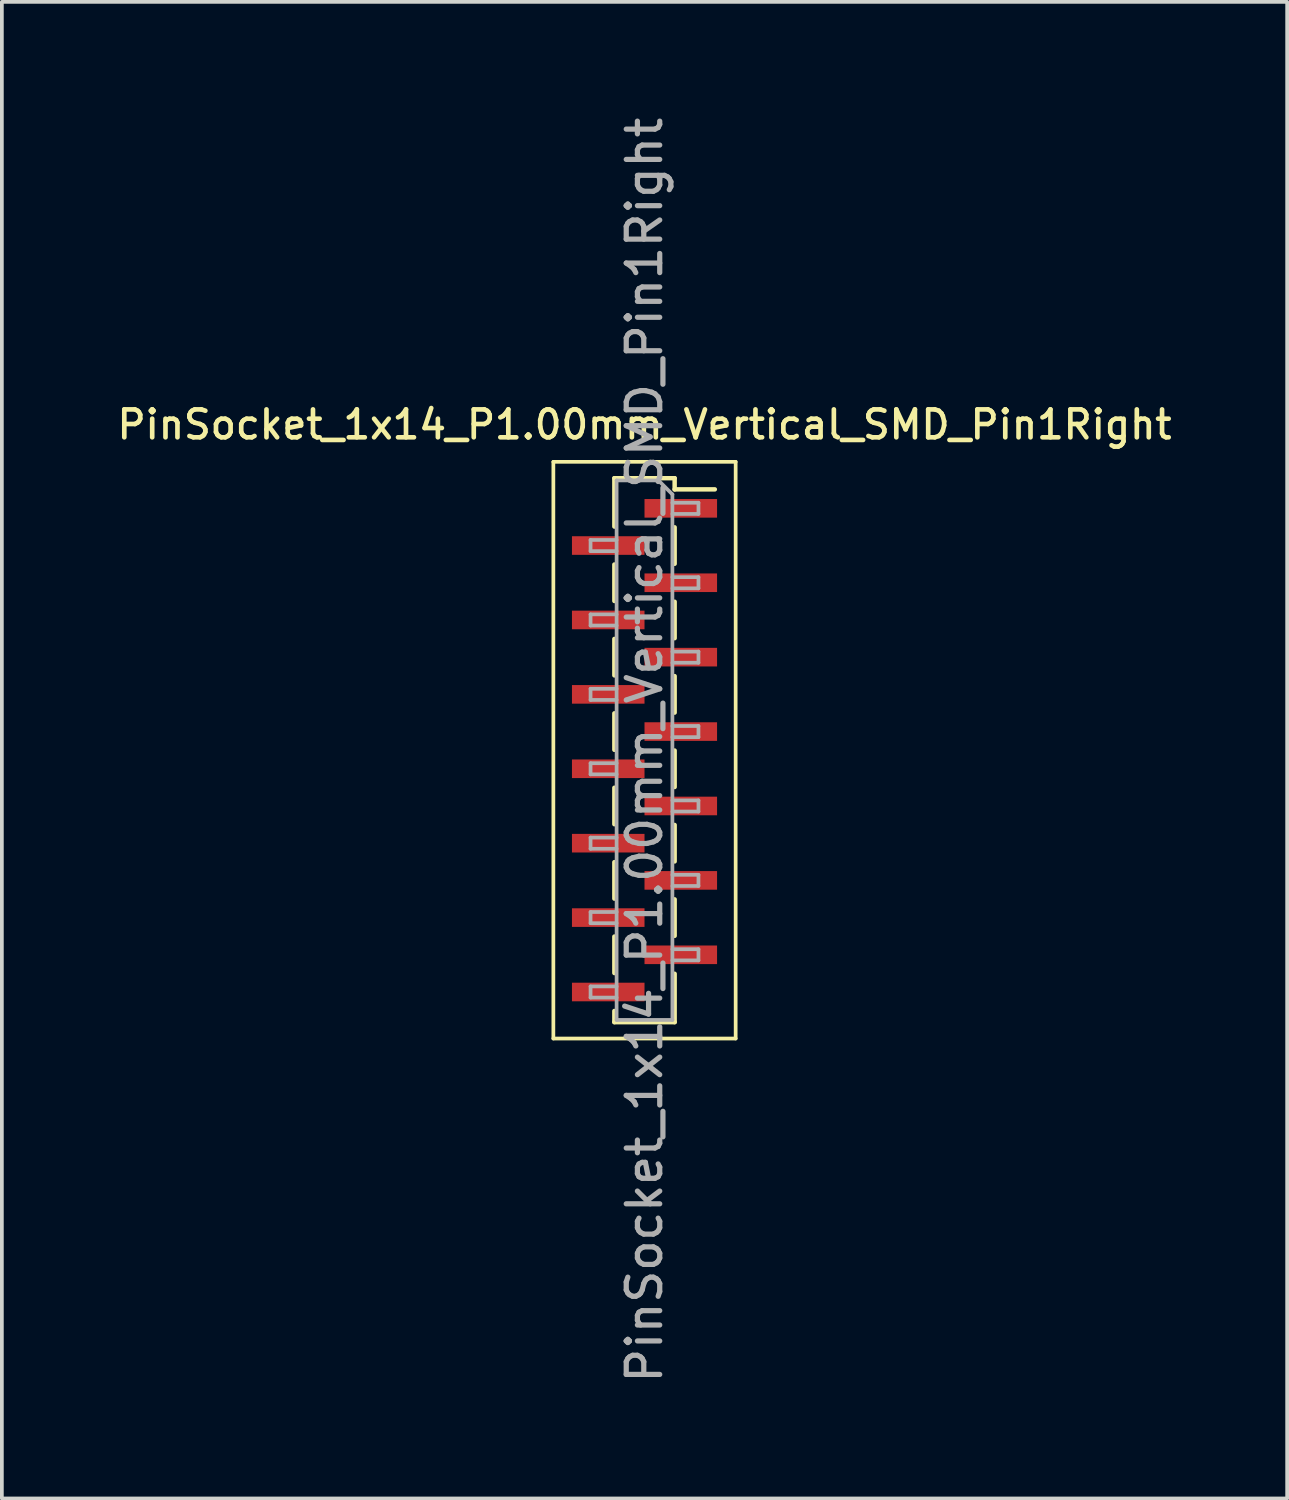
<source format=kicad_pcb>
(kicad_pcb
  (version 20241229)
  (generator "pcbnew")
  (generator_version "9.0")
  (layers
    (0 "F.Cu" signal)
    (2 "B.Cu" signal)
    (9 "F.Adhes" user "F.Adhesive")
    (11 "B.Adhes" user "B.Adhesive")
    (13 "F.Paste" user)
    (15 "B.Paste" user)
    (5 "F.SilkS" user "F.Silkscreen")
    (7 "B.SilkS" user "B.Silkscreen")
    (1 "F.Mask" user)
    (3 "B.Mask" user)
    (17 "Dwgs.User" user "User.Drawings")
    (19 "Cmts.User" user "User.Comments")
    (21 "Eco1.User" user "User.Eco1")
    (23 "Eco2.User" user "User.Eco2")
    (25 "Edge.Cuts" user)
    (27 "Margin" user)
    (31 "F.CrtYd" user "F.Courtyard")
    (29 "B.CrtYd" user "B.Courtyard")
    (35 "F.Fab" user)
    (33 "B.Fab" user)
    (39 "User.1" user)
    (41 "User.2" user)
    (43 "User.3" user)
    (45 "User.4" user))
  (footprint "PinSocket_1x14_P1.00mm_Vertical_SMD_Pin1Right"
    (layer "F.Cu")
    (at 14.273 17.113)
    (property "Reference" "PinSocket_1x14_P1.00mm_Vertical_SMD_Pin1Right" (at 0 -8.75 0) (layer "F.SilkS") (effects (font (size 0.75 0.75) (thickness 0.125))))
    (attr smd)
    (fp_line (start -2.45 -7.75) (end 2.45 -7.75) (stroke (width 0.1) (type solid)) (layer "F.SilkS"))
    (fp_line (start -2.45 7.75) (end -2.45 -7.75) (stroke (width 0.1) (type solid)) (layer "F.SilkS"))
    (fp_line (start -0.81 -7.31) (end -0.81 -6.01) (stroke (width 0.12) (type solid)) (layer "F.SilkS"))
    (fp_line (start -0.81 -7.31) (end 0.81 -7.31) (stroke (width 0.12) (type solid)) (layer "F.SilkS"))
    (fp_line (start -0.81 -4.99) (end -0.81 -4.01) (stroke (width 0.12) (type solid)) (layer "F.SilkS"))
    (fp_line (start -0.81 -2.99) (end -0.81 -2.01) (stroke (width 0.12) (type solid)) (layer "F.SilkS"))
    (fp_line (start -0.81 -0.99) (end -0.81 -0.01) (stroke (width 0.12) (type solid)) (layer "F.SilkS"))
    (fp_line (start -0.81 1.01) (end -0.81 1.99) (stroke (width 0.12) (type solid)) (layer "F.SilkS"))
    (fp_line (start -0.81 3.01) (end -0.81 3.99) (stroke (width 0.12) (type solid)) (layer "F.SilkS"))
    (fp_line (start -0.81 5.01) (end -0.81 5.99) (stroke (width 0.12) (type solid)) (layer "F.SilkS"))
    (fp_line (start -0.81 7.01) (end -0.81 7.31) (stroke (width 0.12) (type solid)) (layer "F.SilkS"))
    (fp_line (start -0.81 7.31) (end 0.81 7.31) (stroke (width 0.12) (type solid)) (layer "F.SilkS"))
    (fp_line (start 0.81 -7.31) (end 0.81 -7.01) (stroke (width 0.12) (type solid)) (layer "F.SilkS"))
    (fp_line (start 0.81 -7.01) (end 1.89 -7.01) (stroke (width 0.12) (type solid)) (layer "F.SilkS"))
    (fp_line (start 0.81 -5.99) (end 0.81 -5.01) (stroke (width 0.12) (type solid)) (layer "F.SilkS"))
    (fp_line (start 0.81 -3.99) (end 0.81 -3.01) (stroke (width 0.12) (type solid)) (layer "F.SilkS"))
    (fp_line (start 0.81 -1.99) (end 0.81 -1.01) (stroke (width 0.12) (type solid)) (layer "F.SilkS"))
    (fp_line (start 0.81 0.01) (end 0.81 0.99) (stroke (width 0.12) (type solid)) (layer "F.SilkS"))
    (fp_line (start 0.81 2.01) (end 0.81 2.99) (stroke (width 0.12) (type solid)) (layer "F.SilkS"))
    (fp_line (start 0.81 4.01) (end 0.81 4.99) (stroke (width 0.12) (type solid)) (layer "F.SilkS"))
    (fp_line (start 0.81 6.01) (end 0.81 7.31) (stroke (width 0.12) (type solid)) (layer "F.SilkS"))
    (fp_line (start 2.45 -7.75) (end 2.45 7.75) (stroke (width 0.1) (type solid)) (layer "F.SilkS"))
    (fp_line (start 2.45 7.75) (end -2.45 7.75) (stroke (width 0.1) (type solid)) (layer "F.SilkS"))
    (fp_line (start -1.45 -5.65) (end -0.75 -5.65) (stroke (width 0.1) (type solid)) (layer "F.Fab"))
    (fp_line (start -1.45 -5.35) (end -1.45 -5.65) (stroke (width 0.1) (type solid)) (layer "F.Fab"))
    (fp_line (start -1.45 -3.65) (end -0.75 -3.65) (stroke (width 0.1) (type solid)) (layer "F.Fab"))
    (fp_line (start -1.45 -3.35) (end -1.45 -3.65) (stroke (width 0.1) (type solid)) (layer "F.Fab"))
    (fp_line (start -1.45 -1.65) (end -0.75 -1.65) (stroke (width 0.1) (type solid)) (layer "F.Fab"))
    (fp_line (start -1.45 -1.35) (end -1.45 -1.65) (stroke (width 0.1) (type solid)) (layer "F.Fab"))
    (fp_line (start -1.45 0.35) (end -0.75 0.35) (stroke (width 0.1) (type solid)) (layer "F.Fab"))
    (fp_line (start -1.45 0.65) (end -1.45 0.35) (stroke (width 0.1) (type solid)) (layer "F.Fab"))
    (fp_line (start -1.45 2.35) (end -0.75 2.35) (stroke (width 0.1) (type solid)) (layer "F.Fab"))
    (fp_line (start -1.45 2.65) (end -1.45 2.35) (stroke (width 0.1) (type solid)) (layer "F.Fab"))
    (fp_line (start -1.45 4.35) (end -0.75 4.35) (stroke (width 0.1) (type solid)) (layer "F.Fab"))
    (fp_line (start -1.45 4.65) (end -1.45 4.35) (stroke (width 0.1) (type solid)) (layer "F.Fab"))
    (fp_line (start -1.45 6.35) (end -0.75 6.35) (stroke (width 0.1) (type solid)) (layer "F.Fab"))
    (fp_line (start -1.45 6.65) (end -1.45 6.35) (stroke (width 0.1) (type solid)) (layer "F.Fab"))
    (fp_line (start -0.75 -7.25) (end 0.375 -7.25) (stroke (width 0.1) (type solid)) (layer "F.Fab"))
    (fp_line (start -0.75 -5.35) (end -1.45 -5.35) (stroke (width 0.1) (type solid)) (layer "F.Fab"))
    (fp_line (start -0.75 -3.35) (end -1.45 -3.35) (stroke (width 0.1) (type solid)) (layer "F.Fab"))
    (fp_line (start -0.75 -1.35) (end -1.45 -1.35) (stroke (width 0.1) (type solid)) (layer "F.Fab"))
    (fp_line (start -0.75 0.65) (end -1.45 0.65) (stroke (width 0.1) (type solid)) (layer "F.Fab"))
    (fp_line (start -0.75 2.65) (end -1.45 2.65) (stroke (width 0.1) (type solid)) (layer "F.Fab"))
    (fp_line (start -0.75 4.65) (end -1.45 4.65) (stroke (width 0.1) (type solid)) (layer "F.Fab"))
    (fp_line (start -0.75 6.65) (end -1.45 6.65) (stroke (width 0.1) (type solid)) (layer "F.Fab"))
    (fp_line (start -0.75 7.25) (end -0.75 -7.25) (stroke (width 0.1) (type solid)) (layer "F.Fab"))
    (fp_line (start 0.375 -7.25) (end 0.75 -6.875) (stroke (width 0.1) (type solid)) (layer "F.Fab"))
    (fp_line (start 0.75 -6.875) (end 0.75 7.25) (stroke (width 0.1) (type solid)) (layer "F.Fab"))
    (fp_line (start 0.75 -6.65) (end 1.45 -6.65) (stroke (width 0.1) (type solid)) (layer "F.Fab"))
    (fp_line (start 0.75 -4.65) (end 1.45 -4.65) (stroke (width 0.1) (type solid)) (layer "F.Fab"))
    (fp_line (start 0.75 -2.65) (end 1.45 -2.65) (stroke (width 0.1) (type solid)) (layer "F.Fab"))
    (fp_line (start 0.75 -0.65) (end 1.45 -0.65) (stroke (width 0.1) (type solid)) (layer "F.Fab"))
    (fp_line (start 0.75 1.35) (end 1.45 1.35) (stroke (width 0.1) (type solid)) (layer "F.Fab"))
    (fp_line (start 0.75 3.35) (end 1.45 3.35) (stroke (width 0.1) (type solid)) (layer "F.Fab"))
    (fp_line (start 0.75 5.35) (end 1.45 5.35) (stroke (width 0.1) (type solid)) (layer "F.Fab"))
    (fp_line (start 0.75 7.25) (end -0.75 7.25) (stroke (width 0.1) (type solid)) (layer "F.Fab"))
    (fp_line (start 1.45 -6.65) (end 1.45 -6.35) (stroke (width 0.1) (type solid)) (layer "F.Fab"))
    (fp_line (start 1.45 -6.35) (end 0.75 -6.35) (stroke (width 0.1) (type solid)) (layer "F.Fab"))
    (fp_line (start 1.45 -4.65) (end 1.45 -4.35) (stroke (width 0.1) (type solid)) (layer "F.Fab"))
    (fp_line (start 1.45 -4.35) (end 0.75 -4.35) (stroke (width 0.1) (type solid)) (layer "F.Fab"))
    (fp_line (start 1.45 -2.65) (end 1.45 -2.35) (stroke (width 0.1) (type solid)) (layer "F.Fab"))
    (fp_line (start 1.45 -2.35) (end 0.75 -2.35) (stroke (width 0.1) (type solid)) (layer "F.Fab"))
    (fp_line (start 1.45 -0.65) (end 1.45 -0.35) (stroke (width 0.1) (type solid)) (layer "F.Fab"))
    (fp_line (start 1.45 -0.35) (end 0.75 -0.35) (stroke (width 0.1) (type solid)) (layer "F.Fab"))
    (fp_line (start 1.45 1.35) (end 1.45 1.65) (stroke (width 0.1) (type solid)) (layer "F.Fab"))
    (fp_line (start 1.45 1.65) (end 0.75 1.65) (stroke (width 0.1) (type solid)) (layer "F.Fab"))
    (fp_line (start 1.45 3.35) (end 1.45 3.65) (stroke (width 0.1) (type solid)) (layer "F.Fab"))
    (fp_line (start 1.45 3.65) (end 0.75 3.65) (stroke (width 0.1) (type solid)) (layer "F.Fab"))
    (fp_line (start 1.45 5.35) (end 1.45 5.65) (stroke (width 0.1) (type solid)) (layer "F.Fab"))
    (fp_line (start 1.45 5.65) (end 0.75 5.65) (stroke (width 0.1) (type solid)) (layer "F.Fab"))
    (fp_text user "${REFERENCE}" (at 0 0 90) (layer "F.Fab") (effects (font (size 0.9 0.9) (thickness 0.14))))
    (pad "1" smd rect (at 0.975 -6.5) (size 1.95 0.5) (layers "F.Cu" "F.Mask" "F.Paste"))
    (pad "2" smd rect (at -0.975 -5.5) (size 1.95 0.5) (layers "F.Cu" "F.Mask" "F.Paste"))
    (pad "3" smd rect (at 0.975 -4.5) (size 1.95 0.5) (layers "F.Cu" "F.Mask" "F.Paste"))
    (pad "4" smd rect (at -0.975 -3.5) (size 1.95 0.5) (layers "F.Cu" "F.Mask" "F.Paste"))
    (pad "5" smd rect (at 0.975 -2.5) (size 1.95 0.5) (layers "F.Cu" "F.Mask" "F.Paste"))
    (pad "6" smd rect (at -0.975 -1.5) (size 1.95 0.5) (layers "F.Cu" "F.Mask" "F.Paste"))
    (pad "7" smd rect (at 0.975 -0.5) (size 1.95 0.5) (layers "F.Cu" "F.Mask" "F.Paste"))
    (pad "8" smd rect (at -0.975 0.5) (size 1.95 0.5) (layers "F.Cu" "F.Mask" "F.Paste"))
    (pad "9" smd rect (at 0.975 1.5) (size 1.95 0.5) (layers "F.Cu" "F.Mask" "F.Paste"))
    (pad "10" smd rect (at -0.975 2.5) (size 1.95 0.5) (layers "F.Cu" "F.Mask" "F.Paste"))
    (pad "11" smd rect (at 0.975 3.5) (size 1.95 0.5) (layers "F.Cu" "F.Mask" "F.Paste"))
    (pad "12" smd rect (at -0.975 4.5) (size 1.95 0.5) (layers "F.Cu" "F.Mask" "F.Paste"))
    (pad "13" smd rect (at 0.975 5.5) (size 1.95 0.5) (layers "F.Cu" "F.Mask" "F.Paste"))
    (pad "14" smd rect (at -0.975 6.5) (size 1.95 0.5) (layers "F.Cu" "F.Mask" "F.Paste")))
  (gr_rect
    (start -3 -3)
    (end 31.546 37.226)
    (stroke (width 0.1) (type default))
    (fill no)
    (layer "Edge.Cuts")))
</source>
